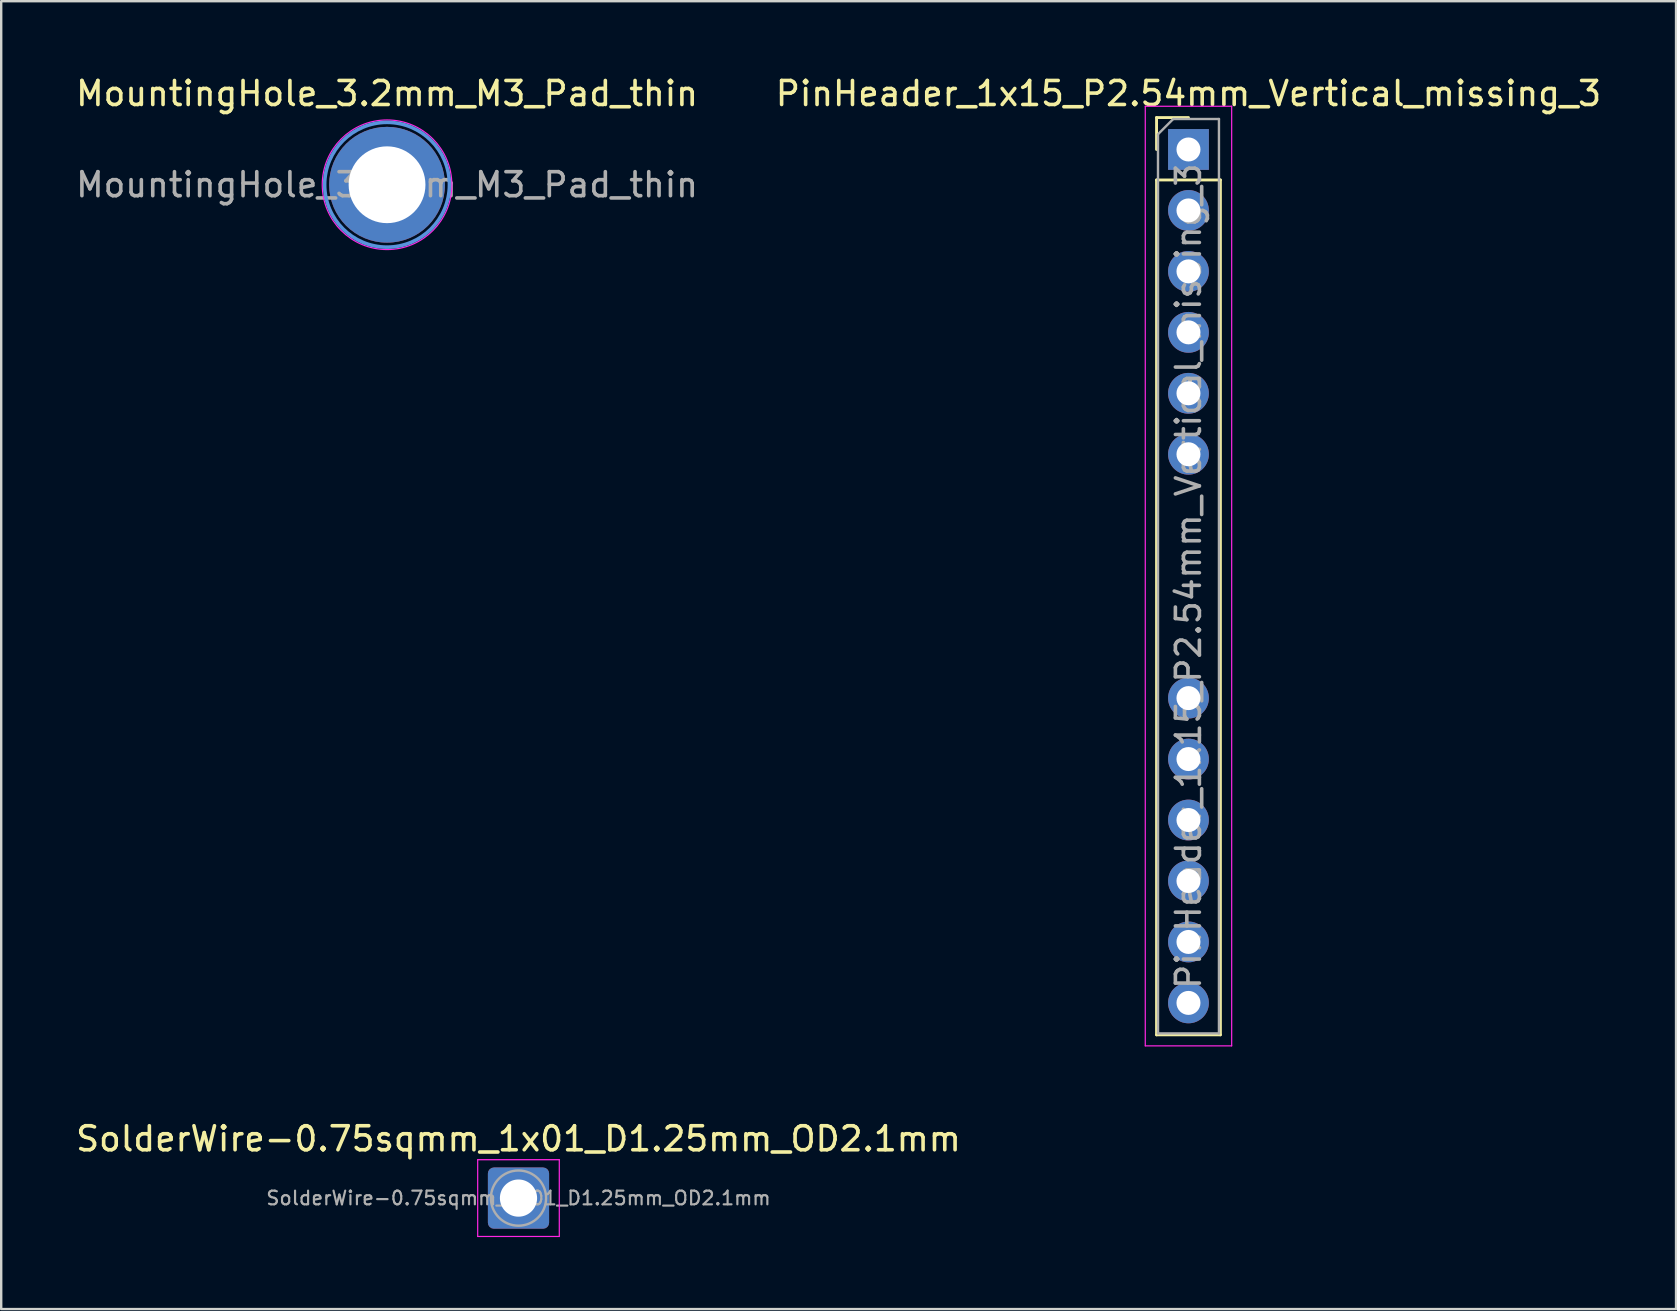
<source format=kicad_pcb>
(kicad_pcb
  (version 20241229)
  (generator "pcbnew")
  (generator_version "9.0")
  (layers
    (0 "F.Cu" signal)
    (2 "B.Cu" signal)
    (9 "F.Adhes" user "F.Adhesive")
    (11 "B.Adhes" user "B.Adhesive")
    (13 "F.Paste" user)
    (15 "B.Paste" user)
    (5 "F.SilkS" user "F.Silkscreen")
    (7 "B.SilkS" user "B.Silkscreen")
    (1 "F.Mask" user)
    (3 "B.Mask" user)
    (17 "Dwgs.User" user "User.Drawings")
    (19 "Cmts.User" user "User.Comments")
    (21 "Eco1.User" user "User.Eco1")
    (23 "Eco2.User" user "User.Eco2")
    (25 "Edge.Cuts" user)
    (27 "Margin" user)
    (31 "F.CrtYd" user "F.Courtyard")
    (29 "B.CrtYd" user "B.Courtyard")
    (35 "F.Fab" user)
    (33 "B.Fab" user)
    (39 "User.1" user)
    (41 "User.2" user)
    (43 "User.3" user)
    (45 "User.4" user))
  (footprint "PinHeader_1x15_P2.54mm_Vertical_missing_3"
    (layer "F.Cu")
    (at 46.47 3.178)
    (property "Reference" "PinHeader_1x15_P2.54mm_Vertical_missing_3" (at 0 -2.33 0) (layer "F.SilkS") (effects (font (size 1 1) (thickness 0.15))))
    (attr through_hole)
    (fp_line (start -1.33 -1.33) (end 0 -1.33) (stroke (width 0.12) (type solid)) (layer "F.SilkS"))
    (fp_line (start -1.33 0) (end -1.33 -1.33) (stroke (width 0.12) (type solid)) (layer "F.SilkS"))
    (fp_line (start -1.33 1.27) (end -1.33 36.89) (stroke (width 0.12) (type solid)) (layer "F.SilkS"))
    (fp_line (start -1.33 1.27) (end 1.33 1.27) (stroke (width 0.12) (type solid)) (layer "F.SilkS"))
    (fp_line (start -1.33 36.89) (end 1.33 36.89) (stroke (width 0.12) (type solid)) (layer "F.SilkS"))
    (fp_line (start 1.33 1.27) (end 1.33 36.89) (stroke (width 0.12) (type solid)) (layer "F.SilkS"))
    (fp_line (start -1.8 -1.8) (end -1.8 37.35) (stroke (width 0.05) (type solid)) (layer "F.CrtYd"))
    (fp_line (start -1.8 37.35) (end 1.8 37.35) (stroke (width 0.05) (type solid)) (layer "F.CrtYd"))
    (fp_line (start 1.8 -1.8) (end -1.8 -1.8) (stroke (width 0.05) (type solid)) (layer "F.CrtYd"))
    (fp_line (start 1.8 37.35) (end 1.8 -1.8) (stroke (width 0.05) (type solid)) (layer "F.CrtYd"))
    (fp_line (start -1.27 -0.635) (end -0.635 -1.27) (stroke (width 0.1) (type solid)) (layer "F.Fab"))
    (fp_line (start -1.27 36.83) (end -1.27 -0.635) (stroke (width 0.1) (type solid)) (layer "F.Fab"))
    (fp_line (start -0.635 -1.27) (end 1.27 -1.27) (stroke (width 0.1) (type solid)) (layer "F.Fab"))
    (fp_line (start 1.27 -1.27) (end 1.27 36.83) (stroke (width 0.1) (type solid)) (layer "F.Fab"))
    (fp_line (start 1.27 36.83) (end -1.27 36.83) (stroke (width 0.1) (type solid)) (layer "F.Fab"))
    (fp_text user "${REFERENCE}" (at 0 17.78 90) (layer "F.Fab") (effects (font (size 1 1) (thickness 0.15))))
    (pad "1" thru_hole rect (at 0 0) (size 1.7 1.7) (drill 1) (layers "*.Cu" "*.Mask"))
    (pad "2" thru_hole oval (at 0 2.54) (size 1.7 1.7) (drill 1) (layers "*.Cu" "*.Mask"))
    (pad "3" thru_hole oval (at 0 5.08) (size 1.7 1.7) (drill 1) (layers "*.Cu" "*.Mask"))
    (pad "4" thru_hole oval (at 0 7.62) (size 1.7 1.7) (drill 1) (layers "*.Cu" "*.Mask"))
    (pad "5" thru_hole oval (at 0 10.16) (size 1.7 1.7) (drill 1) (layers "*.Cu" "*.Mask"))
    (pad "6" thru_hole oval (at 0 12.7) (size 1.7 1.7) (drill 1) (layers "*.Cu" "*.Mask"))
    (pad "10" thru_hole oval (at 0 22.86) (size 1.7 1.7) (drill 1) (layers "*.Cu" "*.Mask"))
    (pad "11" thru_hole oval (at 0 25.4) (size 1.7 1.7) (drill 1) (layers "*.Cu" "*.Mask"))
    (pad "12" thru_hole oval (at 0 27.94) (size 1.7 1.7) (drill 1) (layers "*.Cu" "*.Mask"))
    (pad "13" thru_hole oval (at 0 30.48) (size 1.7 1.7) (drill 1) (layers "*.Cu" "*.Mask"))
    (pad "14" thru_hole oval (at 0 33.02) (size 1.7 1.7) (drill 1) (layers "*.Cu" "*.Mask"))
    (pad "15" thru_hole oval (at 0 35.56) (size 1.7 1.7) (drill 1) (layers "*.Cu" "*.Mask")))
  (footprint "MountingHole_3.2mm_M3_Pad_thin"
    (layer "F.Cu")
    (at 13.077 4.648)
    (property "Reference" "MountingHole_3.2mm_M3_Pad_thin" (at 0 -3.8 0) (layer "F.SilkS") (effects (font (size 1 1) (thickness 0.15))))
    (attr exclude_from_pos_files exclude_from_bom)
    (fp_circle (center 0 0) (end 2.6 0) (stroke (width 0.15) (type solid)) (fill no) (layer "Cmts.User"))
    (fp_circle (center 0 0) (end 2.7 0) (stroke (width 0.05) (type solid)) (fill no) (layer "F.CrtYd"))
    (fp_text user "${REFERENCE}" (at 0 0 0) (layer "F.Fab") (effects (font (size 1 1) (thickness 0.15))))
    (pad "1" thru_hole circle (at 0 0) (size 4.825 4.825) (drill 3.2) (layers "*.Cu" "*.Mask")))
  (footprint "SolderWire-0.75sqmm_1x01_D1.25mm_OD2.1mm"
    (layer "F.Cu")
    (at 18.554 46.871)
    (property "Reference" "SolderWire-0.75sqmm_1x01_D1.25mm_OD2.1mm" (at 0 -2.47 0) (layer "F.SilkS") (effects (font (size 1 1) (thickness 0.15))))
    (attr exclude_from_pos_files exclude_from_bom)
    (fp_line (start -1.7 -1.6) (end -1.7 1.6) (stroke (width 0.05) (type solid)) (layer "F.CrtYd"))
    (fp_line (start -1.7 1.6) (end 1.7 1.6) (stroke (width 0.05) (type solid)) (layer "F.CrtYd"))
    (fp_line (start 1.7 -1.6) (end -1.7 -1.6) (stroke (width 0.05) (type solid)) (layer "F.CrtYd"))
    (fp_line (start 1.7 1.6) (end 1.7 -1.6) (stroke (width 0.05) (type solid)) (layer "F.CrtYd"))
    (fp_circle (center 0 0) (end 1.15 0) (stroke (width 0.1) (type solid)) (fill no) (layer "F.Fab"))
    (fp_text user "${REFERENCE}" (at 0 0 0) (layer "F.Fab") (effects (font (size 0.57 0.57) (thickness 0.09))))
    (pad "1" thru_hole roundrect (at 0 0) (size 2.55 2.55) (drill 1.55) (layers "*.Cu" "*.Mask") (roundrect_rratio 0.098)))
  (gr_rect
    (start -3 -3)
    (end 66.786 51.496)
    (stroke (width 0.1) (type default))
    (fill no)
    (layer "Edge.Cuts")))
</source>
